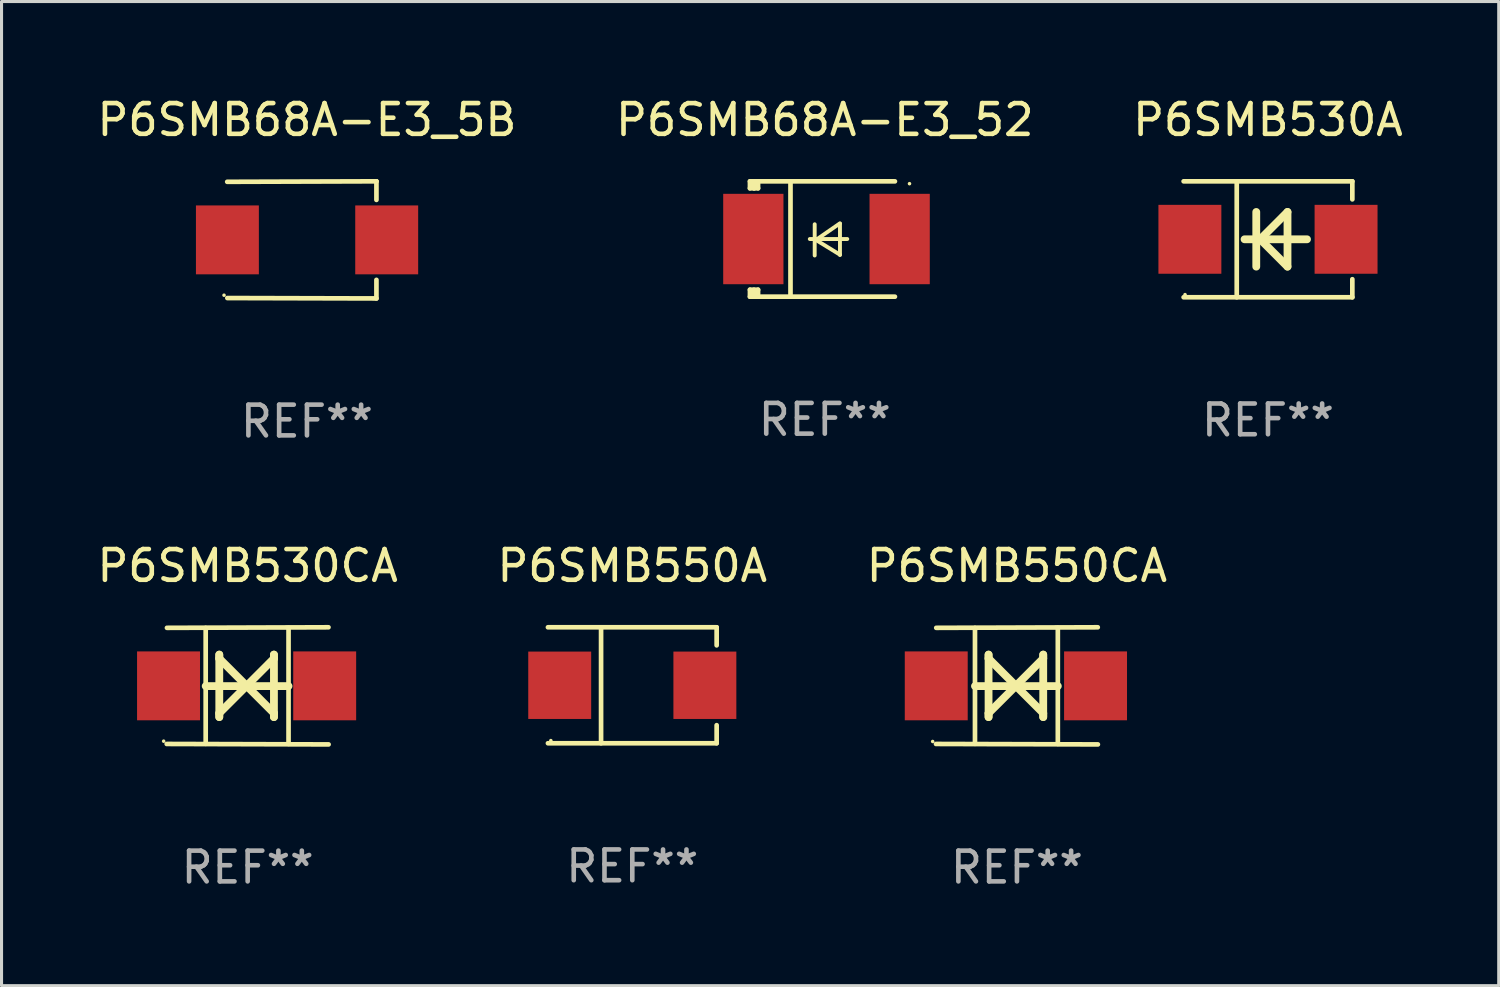
<source format=kicad_pcb>
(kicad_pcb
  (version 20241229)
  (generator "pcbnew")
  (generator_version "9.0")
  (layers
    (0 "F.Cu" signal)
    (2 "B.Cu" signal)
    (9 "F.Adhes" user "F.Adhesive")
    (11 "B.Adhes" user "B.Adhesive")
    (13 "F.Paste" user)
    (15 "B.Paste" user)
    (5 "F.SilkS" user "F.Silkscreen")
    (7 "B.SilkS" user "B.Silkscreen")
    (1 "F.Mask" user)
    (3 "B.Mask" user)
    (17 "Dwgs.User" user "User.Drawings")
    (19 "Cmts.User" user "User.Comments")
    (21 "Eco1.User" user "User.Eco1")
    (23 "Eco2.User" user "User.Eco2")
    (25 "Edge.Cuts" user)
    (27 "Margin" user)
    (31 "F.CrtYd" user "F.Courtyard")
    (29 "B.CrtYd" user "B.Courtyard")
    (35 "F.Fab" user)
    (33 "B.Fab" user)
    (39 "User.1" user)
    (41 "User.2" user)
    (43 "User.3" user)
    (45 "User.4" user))
  (footprint "P6SMB550A"
    (layer "F.Cu")
    (at 17.518 19.241)
    (property "Reference" "P6SMB550A" (at 0 -3.886 0) (layer "F.SilkS") (effects (font (size 1 1) (thickness 0.15))))
    (attr through_hole)
    (fp_line (start -2.744 -1.886) (end 2.744 -1.886) (stroke (width 0.152) (type solid)) (layer "F.SilkS"))
    (fp_line (start -2.744 1.886) (end 2.744 1.886) (stroke (width 0.152) (type solid)) (layer "F.SilkS"))
    (fp_line (start -1.016 -1.886) (end -1.016 1.886) (stroke (width 0.152) (type solid)) (layer "F.SilkS"))
    (fp_line (start 2.744 -1.886) (end 2.744 -1.299) (stroke (width 0.152) (type solid)) (layer "F.SilkS"))
    (fp_line (start 2.744 1.886) (end 2.744 1.299) (stroke (width 0.152) (type solid)) (layer "F.SilkS"))
    (fp_circle (center -2.65 1.8) (end -2.62 1.8) (stroke (width 0.06) (type solid)) (fill no) (layer "F.SilkS"))
    (fp_text user "REF**" (at 0 5.886 0) (layer "F.Fab") (effects (font (size 1 1) (thickness 0.15))))
    (pad "1" smd rect (at -2.361 0) (size 2.047 2.192) (layers "F.Cu" "F.Mask" "F.Paste"))
    (pad "2" smd rect (at 2.361 0) (size 2.047 2.192) (layers "F.Cu" "F.Mask" "F.Paste")))
  (footprint "P6SMB68A-E3_5B"
    (layer "F.Cu")
    (at 6.935 4.753)
    (property "Reference" "P6SMB68A-E3_5B" (at 0 -3.905 0) (layer "F.SilkS") (effects (font (size 1 1) (thickness 0.15))))
    (attr through_hole)
    (fp_line (start 2.256 -1.905) (end -2.594 -1.889) (stroke (width 0.152) (type solid)) (layer "F.SilkS"))
    (fp_line (start 2.256 -1.905) (end 2.26 -1.905) (stroke (width 0.152) (type solid)) (layer "F.SilkS"))
    (fp_line (start 2.26 -1.905) (end 2.26 -1.301) (stroke (width 0.152) (type solid)) (layer "F.SilkS"))
    (fp_line (start 2.26 1.301) (end 2.26 1.905) (stroke (width 0.152) (type solid)) (layer "F.SilkS"))
    (fp_line (start 2.26 1.905) (end -2.59 1.892) (stroke (width 0.152) (type solid)) (layer "F.SilkS"))
    (fp_circle (center -2.697 1.8) (end -2.667 1.8) (stroke (width 0.06) (type solid)) (fill no) (layer "F.SilkS"))
    (fp_text user "REF**" (at 0 5.905 0) (layer "F.Fab") (effects (font (size 1 1) (thickness 0.15))))
    (pad "1" smd rect (at -2.588 0) (size 2.047 2.241) (layers "F.Cu" "F.Mask" "F.Paste"))
    (pad "2" smd rect (at 2.594 0) (size 2.047 2.241) (layers "F.Cu" "F.Mask" "F.Paste")))
  (footprint "P6SMB68A-E3_52"
    (layer "F.Cu")
    (at 23.78 4.725)
    (property "Reference" "P6SMB68A-E3_52" (at 0 -3.876 0) (layer "F.SilkS") (effects (font (size 1 1) (thickness 0.15))))
    (attr through_hole)
    (fp_line (start -2.435 1.65) (end -2.171 1.65) (stroke (width 0.152) (type solid)) (layer "F.SilkS"))
    (fp_line (start -2.435 1.876) (end -2.435 1.65) (stroke (width 0.152) (type solid)) (layer "F.SilkS"))
    (fp_line (start -2.435 -1.876) (end -2.171 -1.876) (stroke (width 0.152) (type solid)) (layer "F.SilkS"))
    (fp_line (start -2.435 -1.65) (end -2.435 -1.876) (stroke (width 0.152) (type solid)) (layer "F.SilkS"))
    (fp_line (start -2.305 -1.866) (end -2.295 -1.876) (stroke (width 0.152) (type solid)) (layer "F.SilkS"))
    (fp_line (start -2.305 -1.65) (end -2.305 -1.866) (stroke (width 0.152) (type solid)) (layer "F.SilkS"))
    (fp_line (start -2.305 1.876) (end -2.305 1.65) (stroke (width 0.152) (type solid)) (layer "F.SilkS"))
    (fp_line (start -2.295 -1.876) (end -2.295 -1.65) (stroke (width 0.152) (type solid)) (layer "F.SilkS"))
    (fp_line (start -2.171 1.876) (end -2.435 1.876) (stroke (width 0.152) (type solid)) (layer "F.SilkS"))
    (fp_line (start -2.171 -1.65) (end -2.435 -1.65) (stroke (width 0.152) (type solid)) (layer "F.SilkS"))
    (fp_line (start -2.171 -1.876) (end -2.295 -1.876) (stroke (width 0.152) (type solid)) (layer "F.SilkS"))
    (fp_line (start -2.171 -1.65) (end -2.171 -1.876) (stroke (width 0.152) (type solid)) (layer "F.SilkS"))
    (fp_line (start -2.171 1.876) (end -2.305 1.876) (stroke (width 0.152) (type solid)) (layer "F.SilkS"))
    (fp_line (start -2.171 1.876) (end -2.171 1.65) (stroke (width 0.152) (type solid)) (layer "F.SilkS"))
    (fp_line (start -1.116 1.876) (end -1.116 -1.876) (stroke (width 0.152) (type solid)) (layer "F.SilkS"))
    (fp_line (start -0.488 0.000102) (end 0.731 0.000102) (stroke (width 0.127) (type solid)) (layer "F.SilkS"))
    (fp_line (start -0.329 -0.48) (end -0.329 0.536) (stroke (width 0.127) (type solid)) (layer "F.SilkS"))
    (fp_line (start -0.29 0.03) (end 0.493 0.51) (stroke (width 0.127) (type solid)) (layer "F.SilkS"))
    (fp_line (start 0.493 -0.51) (end -0.29 0.03) (stroke (width 0.127) (type solid)) (layer "F.SilkS"))
    (fp_line (start 0.493 0.52) (end 0.493 -0.496) (stroke (width 0.127) (type solid)) (layer "F.SilkS"))
    (fp_line (start 2.281 -1.876) (end -2.171 -1.876) (stroke (width 0.152) (type solid)) (layer "F.SilkS"))
    (fp_line (start 2.281 1.876) (end -2.171 1.876) (stroke (width 0.152) (type solid)) (layer "F.SilkS"))
    (fp_circle (center 2.755 -1.8) (end 2.785 -1.8) (stroke (width 0.06) (type solid)) (fill no) (layer "F.SilkS"))
    (fp_text user "REF**" (at 0 5.876 0) (layer "F.Fab") (effects (font (size 1 1) (thickness 0.15))))
    (pad "1" smd rect (at 2.435 -0.000025 180) (size 1.96 2.94) (layers "F.Cu" "F.Mask" "F.Paste"))
    (pad "2" smd rect (at -2.325 -0.000025 180) (size 1.96 2.94) (layers "F.Cu" "F.Mask" "F.Paste")))
  (footprint "P6SMB530A"
    (layer "F.Cu")
    (at 38.196 4.734)
    (property "Reference" "P6SMB530A" (at 0 -3.886 0) (layer "F.SilkS") (effects (font (size 1 1) (thickness 0.15))))
    (attr through_hole)
    (fp_line (start -2.744 -1.886) (end 2.744 -1.886) (stroke (width 0.152) (type solid)) (layer "F.SilkS"))
    (fp_line (start -2.744 1.886) (end 2.744 1.886) (stroke (width 0.152) (type solid)) (layer "F.SilkS"))
    (fp_line (start -1.016 -1.886) (end -1.016 1.886) (stroke (width 0.152) (type solid)) (layer "F.SilkS"))
    (fp_line (start -0.381 -0.889) (end -0.381 0.889) (stroke (width 0.254) (type solid)) (layer "F.SilkS"))
    (fp_line (start -0.366 0) (end -0.254 0) (stroke (width 0.254) (type solid)) (layer "F.SilkS"))
    (fp_line (start -0.254 0) (end -0.328 0) (stroke (width 0.254) (type solid)) (layer "F.SilkS"))
    (fp_line (start -0.254 0) (end 0.635 -0.889) (stroke (width 0.254) (type solid)) (layer "F.SilkS"))
    (fp_line (start 0.635 -0.889) (end 0.635 0.889) (stroke (width 0.254) (type solid)) (layer "F.SilkS"))
    (fp_line (start 0.635 0.889) (end -0.254 0) (stroke (width 0.254) (type solid)) (layer "F.SilkS"))
    (fp_line (start 1.27 0) (end -0.762 0) (stroke (width 0.254) (type solid)) (layer "F.SilkS"))
    (fp_line (start 2.744 -1.886) (end 2.744 -1.299) (stroke (width 0.152) (type solid)) (layer "F.SilkS"))
    (fp_line (start 2.744 1.886) (end 2.744 1.299) (stroke (width 0.152) (type solid)) (layer "F.SilkS"))
    (fp_circle (center -2.698 1.8) (end -2.668 1.8) (stroke (width 0.06) (type solid)) (fill no) (layer "F.SilkS"))
    (fp_text user "REF**" (at 0 5.886 0) (layer "F.Fab") (effects (font (size 1 1) (thickness 0.15))))
    (pad "1" smd rect (at -2.54 0) (size 2.047 2.241) (layers "F.Cu" "F.Mask" "F.Paste"))
    (pad "2" smd rect (at 2.54 0) (size 2.047 2.241) (layers "F.Cu" "F.Mask" "F.Paste")))
  (footprint "P6SMB550CA"
    (layer "F.Cu")
    (at 30.03 19.26)
    (property "Reference" "P6SMB550CA" (at 0 -3.905 0) (layer "F.SilkS") (effects (font (size 1 1) (thickness 0.15))))
    (attr through_hole)
    (fp_line (start -1.365 1.886) (end -1.365 -1.886) (stroke (width 0.152) (type solid)) (layer "F.SilkS"))
    (fp_line (start -1.365 0.008) (end 1.33 0.008) (stroke (width 0.254) (type solid)) (layer "F.SilkS"))
    (fp_line (start -0.923 -1.016) (end -0.923 1.016) (stroke (width 0.254) (type solid)) (layer "F.SilkS"))
    (fp_line (start -0.923 -0.889) (end -0.923 -1.016) (stroke (width 0.254) (type solid)) (layer "F.SilkS"))
    (fp_line (start -0.923 0.889) (end -0.034 0) (stroke (width 0.254) (type solid)) (layer "F.SilkS"))
    (fp_line (start -0.923 1.016) (end -0.923 0.889) (stroke (width 0.254) (type solid)) (layer "F.SilkS"))
    (fp_line (start -0.034 0) (end -0.923 -0.889) (stroke (width 0.254) (type solid)) (layer "F.SilkS"))
    (fp_line (start -0.034 0) (end 0.855 0.889) (stroke (width 0.254) (type solid)) (layer "F.SilkS"))
    (fp_line (start 0.855 -1.016) (end 0.855 -0.889) (stroke (width 0.254) (type solid)) (layer "F.SilkS"))
    (fp_line (start 0.855 -0.889) (end -0.034 0) (stroke (width 0.254) (type solid)) (layer "F.SilkS"))
    (fp_line (start 0.855 0.889) (end 0.855 1.016) (stroke (width 0.254) (type solid)) (layer "F.SilkS"))
    (fp_line (start 0.855 1.016) (end 0.855 -1.016) (stroke (width 0.254) (type solid)) (layer "F.SilkS"))
    (fp_line (start 1.33 1.886) (end 1.33 -1.886) (stroke (width 0.152) (type solid)) (layer "F.SilkS"))
    (fp_line (start 2.629 -1.905) (end -2.625 -1.887) (stroke (width 0.152) (type solid)) (layer "F.SilkS"))
    (fp_line (start 2.633 1.905) (end -2.633 1.89) (stroke (width 0.152) (type solid)) (layer "F.SilkS"))
    (fp_circle (center -2.741 1.81) (end -2.711 1.81) (stroke (width 0.06) (type solid)) (fill no) (layer "F.SilkS"))
    (fp_text user "REF**" (at 0 5.905 0) (layer "F.Fab") (effects (font (size 1 1) (thickness 0.15))))
    (pad "1" smd rect (at -2.625 0) (size 2.047 2.241) (layers "F.Cu" "F.Mask" "F.Paste"))
    (pad "2" smd rect (at 2.557 0) (size 2.047 2.241) (layers "F.Cu" "F.Mask" "F.Paste")))
  (footprint "P6SMB530CA"
    (layer "F.Cu")
    (at 5.006 19.26)
    (property "Reference" "P6SMB530CA" (at 0 -3.905 0) (layer "F.SilkS") (effects (font (size 1 1) (thickness 0.15))))
    (attr through_hole)
    (fp_line (start -1.365 1.886) (end -1.365 -1.886) (stroke (width 0.152) (type solid)) (layer "F.SilkS"))
    (fp_line (start -1.365 0.008) (end 1.33 0.008) (stroke (width 0.254) (type solid)) (layer "F.SilkS"))
    (fp_line (start -0.923 -1.016) (end -0.923 1.016) (stroke (width 0.254) (type solid)) (layer "F.SilkS"))
    (fp_line (start -0.923 -0.889) (end -0.923 -1.016) (stroke (width 0.254) (type solid)) (layer "F.SilkS"))
    (fp_line (start -0.923 0.889) (end -0.034 0) (stroke (width 0.254) (type solid)) (layer "F.SilkS"))
    (fp_line (start -0.923 1.016) (end -0.923 0.889) (stroke (width 0.254) (type solid)) (layer "F.SilkS"))
    (fp_line (start -0.034 0) (end -0.923 -0.889) (stroke (width 0.254) (type solid)) (layer "F.SilkS"))
    (fp_line (start -0.034 0) (end 0.855 0.889) (stroke (width 0.254) (type solid)) (layer "F.SilkS"))
    (fp_line (start 0.855 -1.016) (end 0.855 -0.889) (stroke (width 0.254) (type solid)) (layer "F.SilkS"))
    (fp_line (start 0.855 -0.889) (end -0.034 0) (stroke (width 0.254) (type solid)) (layer "F.SilkS"))
    (fp_line (start 0.855 0.889) (end 0.855 1.016) (stroke (width 0.254) (type solid)) (layer "F.SilkS"))
    (fp_line (start 0.855 1.016) (end 0.855 -1.016) (stroke (width 0.254) (type solid)) (layer "F.SilkS"))
    (fp_line (start 1.33 1.886) (end 1.33 -1.886) (stroke (width 0.152) (type solid)) (layer "F.SilkS"))
    (fp_line (start 2.629 -1.905) (end -2.625 -1.887) (stroke (width 0.152) (type solid)) (layer "F.SilkS"))
    (fp_line (start 2.633 1.905) (end -2.633 1.89) (stroke (width 0.152) (type solid)) (layer "F.SilkS"))
    (fp_circle (center -2.732 1.8) (end -2.702 1.8) (stroke (width 0.06) (type solid)) (fill no) (layer "F.SilkS"))
    (fp_text user "REF**" (at 0 5.905 0) (layer "F.Fab") (effects (font (size 1 1) (thickness 0.15))))
    (pad "1" smd rect (at -2.574 0) (size 2.047 2.241) (layers "F.Cu" "F.Mask" "F.Paste"))
    (pad "2" smd rect (at 2.506 0) (size 2.047 2.241) (layers "F.Cu" "F.Mask" "F.Paste")))
  (gr_rect
    (start -3 -3)
    (end 45.702 29.013)
    (stroke (width 0.1) (type default))
    (fill no)
    (layer "Edge.Cuts")))
</source>
